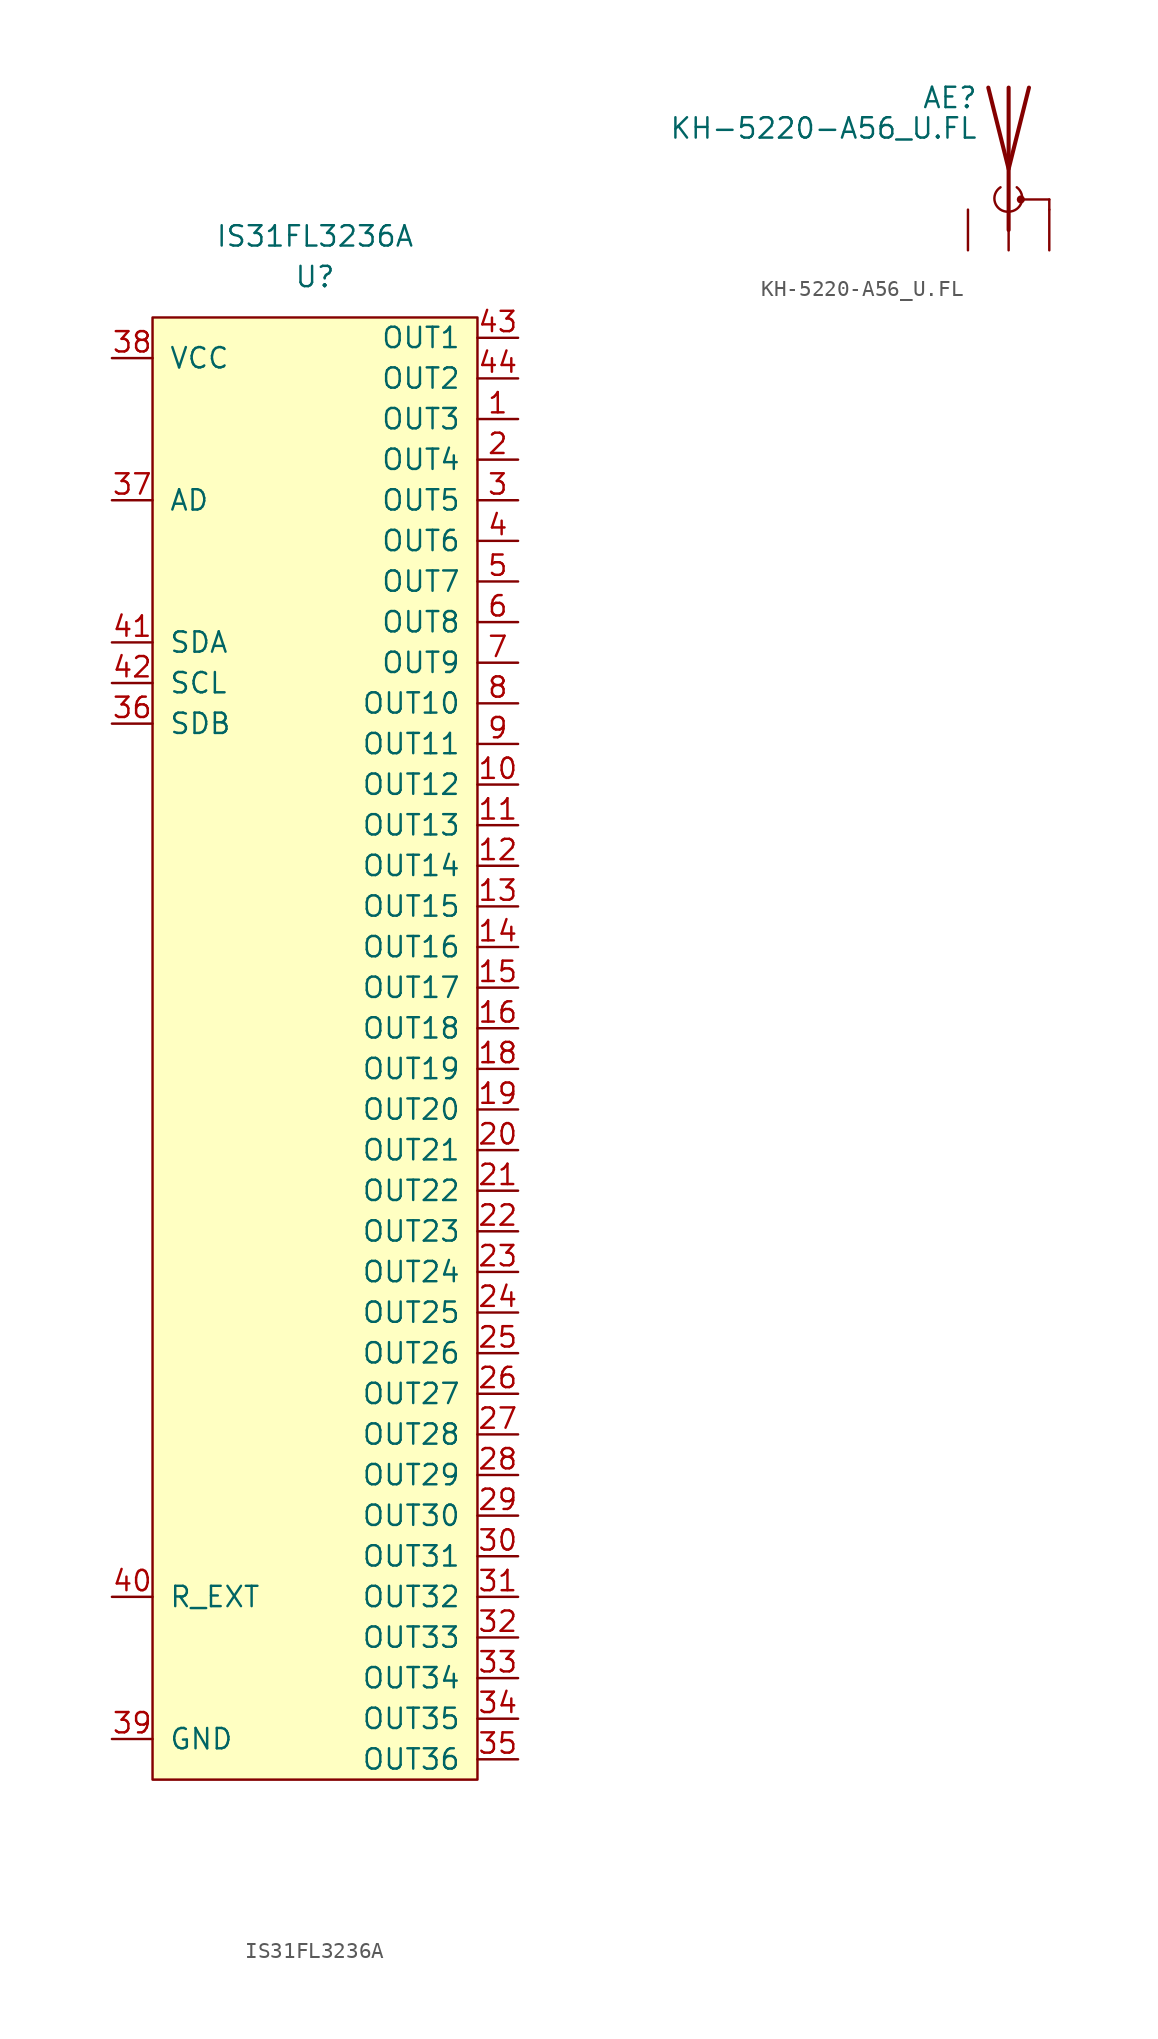
<source format=kicad_sym>
(kicad_symbol_lib
  (version 20231120)
  (generator "kicad_symbol_editor")
  (generator_version "8.0")
  (symbol "IS31FL3236A"
    (pin_names
      (offset 1.016))
    (property "Reference" "U"
      (at 0 46.99 0)
      (effects (font (size 1.27 1.27))))
    (property "Value" "IS31FL3236A"
      (at 0 49.53 0)
      (effects (font (size 1.27 1.27))))
    (symbol "IS31FL3236A_0_1"
      (rectangle (start -10.16 44.45) (end 10.16 -46.99) (stroke (width 0) (type solid)) (fill (type background))))
    (symbol "IS31FL3236A_1_1"
      (pin passive line (at 12.7 38.1 180) (length 2.54) (name "OUT3" (effects (font (size 1.27 1.27)))) (number "1" (effects (font (size 1.27 1.27)))))
      (pin passive line (at 12.7 15.24 180) (length 2.54) (name "OUT12" (effects (font (size 1.27 1.27)))) (number "10" (effects (font (size 1.27 1.27)))))
      (pin passive line (at 12.7 12.7 180) (length 2.54) (name "OUT13" (effects (font (size 1.27 1.27)))) (number "11" (effects (font (size 1.27 1.27)))))
      (pin passive line (at 12.7 10.16 180) (length 2.54) (name "OUT14" (effects (font (size 1.27 1.27)))) (number "12" (effects (font (size 1.27 1.27)))))
      (pin passive line (at 12.7 7.62 180) (length 2.54) (name "OUT15" (effects (font (size 1.27 1.27)))) (number "13" (effects (font (size 1.27 1.27)))))
      (pin passive line (at 12.7 5.08 180) (length 2.54) (name "OUT16" (effects (font (size 1.27 1.27)))) (number "14" (effects (font (size 1.27 1.27)))))
      (pin passive line (at 12.7 2.54 180) (length 2.54) (name "OUT17" (effects (font (size 1.27 1.27)))) (number "15" (effects (font (size 1.27 1.27)))))
      (pin passive line (at 12.7 0 180) (length 2.54) (name "OUT18" (effects (font (size 1.27 1.27)))) (number "16" (effects (font (size 1.27 1.27)))))
      (pin passive line (at -12.7 -44.45 0) (length 2.54) hide (name "GND" (effects (font (size 1.27 1.27)))) (number "17" (effects (font (size 1.27 1.27)))))
      (pin passive line (at 12.7 -2.54 180) (length 2.54) (name "OUT19" (effects (font (size 1.27 1.27)))) (number "18" (effects (font (size 1.27 1.27)))))
      (pin passive line (at 12.7 -5.08 180) (length 2.54) (name "OUT20" (effects (font (size 1.27 1.27)))) (number "19" (effects (font (size 1.27 1.27)))))
      (pin passive line (at 12.7 35.56 180) (length 2.54) (name "OUT4" (effects (font (size 1.27 1.27)))) (number "2" (effects (font (size 1.27 1.27)))))
      (pin passive line (at 12.7 -7.62 180) (length 2.54) (name "OUT21" (effects (font (size 1.27 1.27)))) (number "20" (effects (font (size 1.27 1.27)))))
      (pin passive line (at 12.7 -10.16 180) (length 2.54) (name "OUT22" (effects (font (size 1.27 1.27)))) (number "21" (effects (font (size 1.27 1.27)))))
      (pin passive line (at 12.7 -12.7 180) (length 2.54) (name "OUT23" (effects (font (size 1.27 1.27)))) (number "22" (effects (font (size 1.27 1.27)))))
      (pin passive line (at 12.7 -15.24 180) (length 2.54) (name "OUT24" (effects (font (size 1.27 1.27)))) (number "23" (effects (font (size 1.27 1.27)))))
      (pin passive line (at 12.7 -17.78 180) (length 2.54) (name "OUT25" (effects (font (size 1.27 1.27)))) (number "24" (effects (font (size 1.27 1.27)))))
      (pin passive line (at 12.7 -20.32 180) (length 2.54) (name "OUT26" (effects (font (size 1.27 1.27)))) (number "25" (effects (font (size 1.27 1.27)))))
      (pin passive line (at 12.7 -22.86 180) (length 2.54) (name "OUT27" (effects (font (size 1.27 1.27)))) (number "26" (effects (font (size 1.27 1.27)))))
      (pin passive line (at 12.7 -25.4 180) (length 2.54) (name "OUT28" (effects (font (size 1.27 1.27)))) (number "27" (effects (font (size 1.27 1.27)))))
      (pin passive line (at 12.7 -27.94 180) (length 2.54) (name "OUT29" (effects (font (size 1.27 1.27)))) (number "28" (effects (font (size 1.27 1.27)))))
      (pin passive line (at 12.7 -30.48 180) (length 2.54) (name "OUT30" (effects (font (size 1.27 1.27)))) (number "29" (effects (font (size 1.27 1.27)))))
      (pin passive line (at 12.7 33.02 180) (length 2.54) (name "OUT5" (effects (font (size 1.27 1.27)))) (number "3" (effects (font (size 1.27 1.27)))))
      (pin passive line (at 12.7 -33.02 180) (length 2.54) (name "OUT31" (effects (font (size 1.27 1.27)))) (number "30" (effects (font (size 1.27 1.27)))))
      (pin passive line (at 12.7 -35.56 180) (length 2.54) (name "OUT32" (effects (font (size 1.27 1.27)))) (number "31" (effects (font (size 1.27 1.27)))))
      (pin passive line (at 12.7 -38.1 180) (length 2.54) (name "OUT33" (effects (font (size 1.27 1.27)))) (number "32" (effects (font (size 1.27 1.27)))))
      (pin passive line (at 12.7 -40.64 180) (length 2.54) (name "OUT34" (effects (font (size 1.27 1.27)))) (number "33" (effects (font (size 1.27 1.27)))))
      (pin passive line (at 12.7 -43.18 180) (length 2.54) (name "OUT35" (effects (font (size 1.27 1.27)))) (number "34" (effects (font (size 1.27 1.27)))))
      (pin passive line (at 12.7 -45.72 180) (length 2.54) (name "OUT36" (effects (font (size 1.27 1.27)))) (number "35" (effects (font (size 1.27 1.27)))))
      (pin passive line (at -12.7 19.05 0) (length 2.54) (name "SDB" (effects (font (size 1.27 1.27)))) (number "36" (effects (font (size 1.27 1.27)))))
      (pin passive line (at -12.7 33.02 0) (length 2.54) (name "AD" (effects (font (size 1.27 1.27)))) (number "37" (effects (font (size 1.27 1.27)))))
      (pin passive line (at -12.7 41.91 0) (length 2.54) (name "VCC" (effects (font (size 1.27 1.27)))) (number "38" (effects (font (size 1.27 1.27)))))
      (pin passive line (at -12.7 -44.45 0) (length 2.54) (name "GND" (effects (font (size 1.27 1.27)))) (number "39" (effects (font (size 1.27 1.27)))))
      (pin passive line (at 12.7 30.48 180) (length 2.54) (name "OUT6" (effects (font (size 1.27 1.27)))) (number "4" (effects (font (size 1.27 1.27)))))
      (pin passive line (at -12.7 -35.56 0) (length 2.54) (name "R_EXT" (effects (font (size 1.27 1.27)))) (number "40" (effects (font (size 1.27 1.27)))))
      (pin passive line (at -12.7 24.13 0) (length 2.54) (name "SDA" (effects (font (size 1.27 1.27)))) (number "41" (effects (font (size 1.27 1.27)))))
      (pin passive line (at -12.7 21.59 0) (length 2.54) (name "SCL" (effects (font (size 1.27 1.27)))) (number "42" (effects (font (size 1.27 1.27)))))
      (pin passive line (at 12.7 43.18 180) (length 2.54) (name "OUT1" (effects (font (size 1.27 1.27)))) (number "43" (effects (font (size 1.27 1.27)))))
      (pin passive line (at 12.7 40.64 180) (length 2.54) (name "OUT2" (effects (font (size 1.27 1.27)))) (number "44" (effects (font (size 1.27 1.27)))))
      (pin passive line (at -12.7 -44.45 0) (length 2.54) hide (name "GND" (effects (font (size 1.27 1.27)))) (number "45" (effects (font (size 1.27 1.27)))))
      (pin passive line (at 12.7 27.94 180) (length 2.54) (name "OUT7" (effects (font (size 1.27 1.27)))) (number "5" (effects (font (size 1.27 1.27)))))
      (pin passive line (at 12.7 25.4 180) (length 2.54) (name "OUT8" (effects (font (size 1.27 1.27)))) (number "6" (effects (font (size 1.27 1.27)))))
      (pin passive line (at 12.7 22.86 180) (length 2.54) (name "OUT9" (effects (font (size 1.27 1.27)))) (number "7" (effects (font (size 1.27 1.27)))))
      (pin passive line (at 12.7 20.32 180) (length 2.54) (name "OUT10" (effects (font (size 1.27 1.27)))) (number "8" (effects (font (size 1.27 1.27)))))
      (pin passive line (at 12.7 17.78 180) (length 2.54) (name "OUT11" (effects (font (size 1.27 1.27)))) (number "9" (effects (font (size 1.27 1.27)))))))
  (symbol "KH-5220-A56_U.FL"
    (pin_numbers hide)
    (pin_names
      (offset 1.016) hide)
    (property "Reference" "AE"
      (at -1.905 4.445 0)
      (effects (font (size 1.27 1.27)) (justify right)))
    (property "Value" "KH-5220-A56_U.FL"
      (at -1.905 2.54 0)
      (effects (font (size 1.27 1.27)) (justify right)))
    (symbol "KH-5220-A56_U.FL_0_1"
      (arc (start -0.508 -1.143) (mid -0.8429 -2.1194) (end 0 -2.667) (stroke (width 0) (type solid)) (fill (type none)))
      (arc (start 0 -2.667) (mid 0.7989 -2.1052) (end 0.508 -1.143) (stroke (width 0) (type solid)) (fill (type none)))
      (polyline (pts (xy 0 -2.54) (xy 0 0)) (stroke (width 0) (type solid)) (fill (type none)))
      (polyline (pts (xy 0 5.08) (xy 0 -3.81)) (stroke (width 0.254) (type solid)) (fill (type none)))
      (polyline (pts (xy 0.762 -1.905) (xy 2.54 -1.905)) (stroke (width 0) (type solid)) (fill (type none)))
      (polyline (pts (xy 2.54 -2.54) (xy 2.54 -1.905)) (stroke (width 0) (type solid)) (fill (type none)))
      (polyline (pts (xy 1.27 5.08) (xy 0 0) (xy -1.27 5.08)) (stroke (width 0.254) (type solid)) (fill (type none)))
      (circle (center 0.762 -1.905) (radius 0.178) (stroke (width 0) (type solid)) (fill (type outline))))
    (symbol "KH-5220-A56_U.FL_1_1"
      (pin input line (at 0 -5.08 90) (length 2.54) (name "A" (effects (font (size 1.27 1.27)))) (number "1" (effects (font (size 1.27 1.27)))))
      (pin input line (at 2.54 -5.08 90) (length 2.54) (name "Shield" (effects (font (size 1.27 1.27)))) (number "2" (effects (font (size 1.27 1.27)))))
      (pin input line (at -2.54 -5.08 90) (length 2.54) (name "NC" (effects (font (size 1.27 1.27)))) (number "NC" (effects (font (size 1.27 1.27))))))))
</source>
